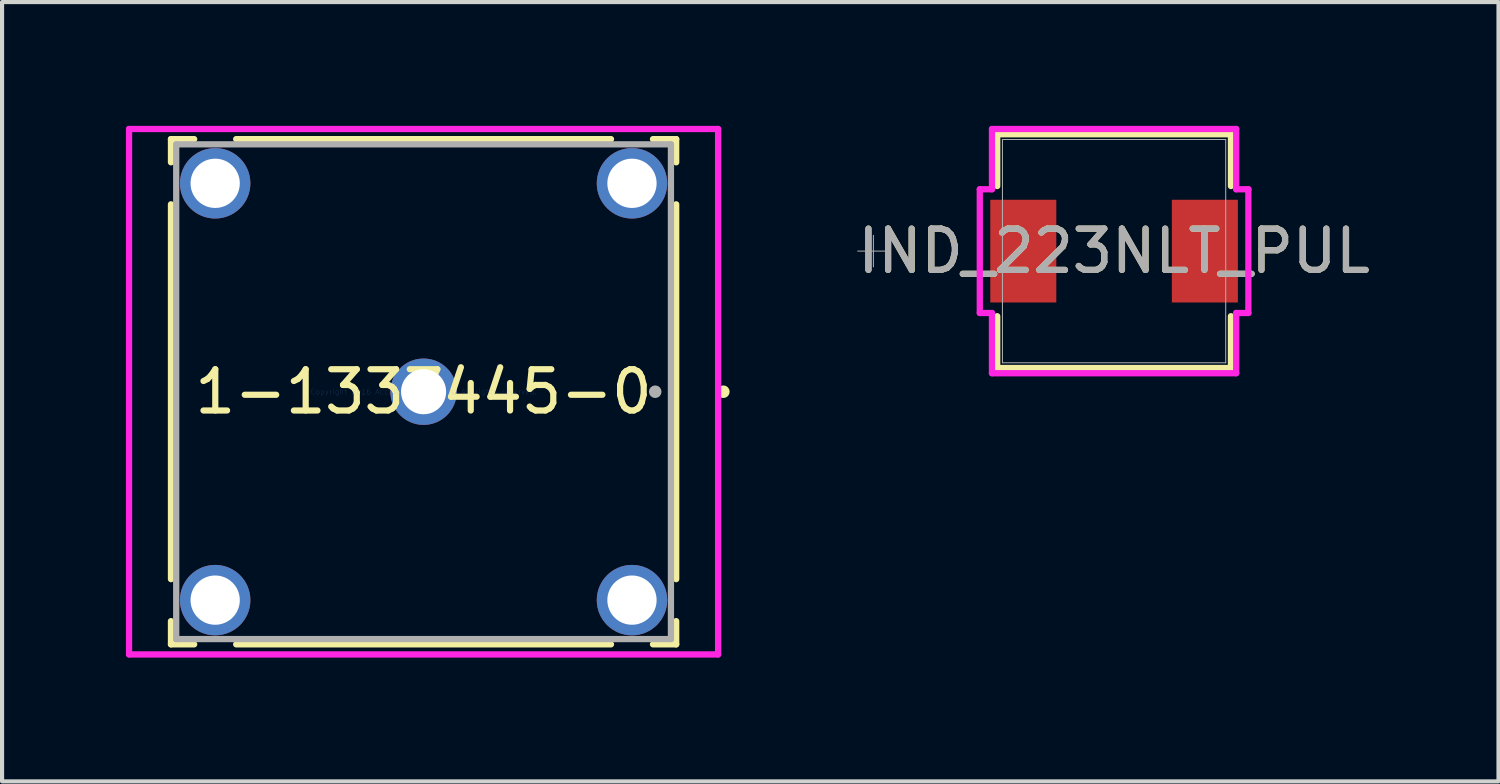
<source format=kicad_pcb>
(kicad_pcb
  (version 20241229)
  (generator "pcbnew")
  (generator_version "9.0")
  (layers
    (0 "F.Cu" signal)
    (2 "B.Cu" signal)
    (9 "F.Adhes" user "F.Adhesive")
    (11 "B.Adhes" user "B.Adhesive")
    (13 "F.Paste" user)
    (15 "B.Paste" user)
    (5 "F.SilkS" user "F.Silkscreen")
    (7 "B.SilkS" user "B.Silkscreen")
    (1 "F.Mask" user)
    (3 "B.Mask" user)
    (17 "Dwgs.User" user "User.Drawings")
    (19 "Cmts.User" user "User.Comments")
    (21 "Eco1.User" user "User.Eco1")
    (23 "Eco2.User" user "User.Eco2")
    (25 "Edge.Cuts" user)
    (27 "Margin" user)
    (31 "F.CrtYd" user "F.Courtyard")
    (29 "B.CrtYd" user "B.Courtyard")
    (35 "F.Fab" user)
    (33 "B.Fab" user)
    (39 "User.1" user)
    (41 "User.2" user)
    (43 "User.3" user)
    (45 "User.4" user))
  (footprint "IND_223NLT_PUL"
    (layer "F.Cu")
    (at 23.946 3.035)
    (property "Reference" "IND_223NLT_PUL" (at 0 0 0) (unlocked yes) (layer "F.SilkS") (effects (font (size 1 1) (thickness 0.15))))
    (attr smd)
    (fp_line (start -2.832 -2.832) (end -2.832 -1.577) (stroke (width 0.152) (type solid)) (layer "F.SilkS"))
    (fp_line (start -2.832 1.577) (end -2.832 2.832) (stroke (width 0.152) (type solid)) (layer "F.SilkS"))
    (fp_line (start -2.832 2.832) (end 2.832 2.832) (stroke (width 0.152) (type solid)) (layer "F.SilkS"))
    (fp_line (start 2.832 -2.832) (end -2.832 -2.832) (stroke (width 0.152) (type solid)) (layer "F.SilkS"))
    (fp_line (start 2.832 -1.577) (end 2.832 -2.832) (stroke (width 0.152) (type solid)) (layer "F.SilkS"))
    (fp_line (start 2.832 2.832) (end 2.832 1.577) (stroke (width 0.152) (type solid)) (layer "F.SilkS"))
    (fp_line (start -3.254 -1.499) (end -2.959 -1.499) (stroke (width 0.152) (type solid)) (layer "F.CrtYd"))
    (fp_line (start -3.254 1.499) (end -3.254 -1.499) (stroke (width 0.152) (type solid)) (layer "F.CrtYd"))
    (fp_line (start -2.959 -2.959) (end 2.959 -2.959) (stroke (width 0.152) (type solid)) (layer "F.CrtYd"))
    (fp_line (start -2.959 -1.499) (end -2.959 -2.959) (stroke (width 0.152) (type solid)) (layer "F.CrtYd"))
    (fp_line (start -2.959 1.499) (end -3.254 1.499) (stroke (width 0.152) (type solid)) (layer "F.CrtYd"))
    (fp_line (start -2.959 2.959) (end -2.959 1.499) (stroke (width 0.152) (type solid)) (layer "F.CrtYd"))
    (fp_line (start 2.959 -2.959) (end 2.959 -1.499) (stroke (width 0.152) (type solid)) (layer "F.CrtYd"))
    (fp_line (start 2.959 -1.499) (end 3.254 -1.499) (stroke (width 0.152) (type solid)) (layer "F.CrtYd"))
    (fp_line (start 2.959 1.499) (end 2.959 2.959) (stroke (width 0.152) (type solid)) (layer "F.CrtYd"))
    (fp_line (start 2.959 2.959) (end -2.959 2.959) (stroke (width 0.152) (type solid)) (layer "F.CrtYd"))
    (fp_line (start 3.254 -1.499) (end 3.254 1.499) (stroke (width 0.152) (type solid)) (layer "F.CrtYd"))
    (fp_line (start 3.254 1.499) (end 2.959 1.499) (stroke (width 0.152) (type solid)) (layer "F.CrtYd"))
    (fp_line (start -5.832 -0.381) (end -5.832 0.381) (stroke (width 0.025) (type solid)) (layer "F.Fab"))
    (fp_line (start -5.451 0) (end -6.213 0) (stroke (width 0.025) (type solid)) (layer "F.Fab"))
    (fp_line (start -2.705 -2.705) (end -2.705 2.705) (stroke (width 0.025) (type solid)) (layer "F.Fab"))
    (fp_line (start -2.705 2.705) (end 2.705 2.705) (stroke (width 0.025) (type solid)) (layer "F.Fab"))
    (fp_line (start 2.705 -2.705) (end -2.705 -2.705) (stroke (width 0.025) (type solid)) (layer "F.Fab"))
    (fp_line (start 2.705 2.705) (end 2.705 -2.705) (stroke (width 0.025) (type solid)) (layer "F.Fab"))
    (fp_text user "${REFERENCE}" (at 0 0 0) (unlocked yes) (layer "F.Fab") (effects (font (size 1 1) (thickness 0.15))))
    (pad "1" smd rect (at -2.2 0) (size 1.6 2.489) (layers "F.Cu" "F.Mask" "F.Paste"))
    (pad "2" smd rect (at 2.2 0) (size 1.6 2.489) (layers "F.Cu" "F.Mask" "F.Paste")))
  (footprint "1-1337445-0"
    (layer "F.Cu")
    (at 7.214 6.442)
    (property "Reference" "1-1337445-0" (at 0 0 0) (layer "F.SilkS") (effects (font (size 1 1) (thickness 0.15))))
    (attr through_hole)
    (fp_line (start -6.121 -6.121) (end -6.121 -5.559) (stroke (width 0.152) (type solid)) (layer "F.SilkS"))
    (fp_line (start -6.121 -4.541) (end -6.121 4.541) (stroke (width 0.152) (type solid)) (layer "F.SilkS"))
    (fp_line (start -6.121 5.559) (end -6.121 6.121) (stroke (width 0.152) (type solid)) (layer "F.SilkS"))
    (fp_line (start -6.121 6.121) (end -5.559 6.121) (stroke (width 0.152) (type solid)) (layer "F.SilkS"))
    (fp_line (start -5.559 -6.121) (end -6.121 -6.121) (stroke (width 0.152) (type solid)) (layer "F.SilkS"))
    (fp_line (start -4.541 6.121) (end 4.541 6.121) (stroke (width 0.152) (type solid)) (layer "F.SilkS"))
    (fp_line (start 4.541 -6.121) (end -4.541 -6.121) (stroke (width 0.152) (type solid)) (layer "F.SilkS"))
    (fp_line (start 5.559 6.121) (end 6.121 6.121) (stroke (width 0.152) (type solid)) (layer "F.SilkS"))
    (fp_line (start 6.121 -6.121) (end 5.559 -6.121) (stroke (width 0.152) (type solid)) (layer "F.SilkS"))
    (fp_line (start 6.121 -5.559) (end 6.121 -6.121) (stroke (width 0.152) (type solid)) (layer "F.SilkS"))
    (fp_line (start 6.121 4.541) (end 6.121 -4.541) (stroke (width 0.152) (type solid)) (layer "F.SilkS"))
    (fp_line (start 6.121 6.121) (end 6.121 5.559) (stroke (width 0.152) (type solid)) (layer "F.SilkS"))
    (fp_circle (center 7.264 0) (end 7.341 0) (stroke (width 0.152) (type solid)) (fill no) (layer "F.SilkS"))
    (fp_line (start -7.137 -6.366) (end 7.137 -6.366) (stroke (width 0.152) (type solid)) (layer "F.CrtYd"))
    (fp_line (start -7.137 6.366) (end -7.137 -6.366) (stroke (width 0.152) (type solid)) (layer "F.CrtYd"))
    (fp_line (start 7.137 -6.366) (end 7.137 6.366) (stroke (width 0.152) (type solid)) (layer "F.CrtYd"))
    (fp_line (start 7.137 6.366) (end -7.137 6.366) (stroke (width 0.152) (type solid)) (layer "F.CrtYd"))
    (fp_line (start -5.994 -5.994) (end -5.994 5.994) (stroke (width 0.152) (type solid)) (layer "F.Fab"))
    (fp_line (start -5.994 5.994) (end 5.994 5.994) (stroke (width 0.152) (type solid)) (layer "F.Fab"))
    (fp_line (start 5.994 -5.994) (end -5.994 -5.994) (stroke (width 0.152) (type solid)) (layer "F.Fab"))
    (fp_line (start 5.994 5.994) (end 5.994 -5.994) (stroke (width 0.152) (type solid)) (layer "F.Fab"))
    (fp_circle (center 5.613 0) (end 5.69 0) (stroke (width 0.152) (type solid)) (fill no) (layer "F.Fab"))
    (fp_text user "Copyright 2016 Accelerated Designs. All rights reserved." (at 0 0 0) (layer "Cmts.User") (effects (font (size 0.127 0.127) (thickness 0.002))))
    (pad "1" thru_hole circle (at 0 0) (size 1.608 1.608) (drill 1.092) (layers "*.Cu" "*.Mask"))
    (pad "2" thru_hole circle (at -5.05 -5.05) (size 1.707 1.707) (drill 1.194) (layers "*.Cu" "*.Mask"))
    (pad "2" thru_hole circle (at -5.05 5.05) (size 1.707 1.707) (drill 1.194) (layers "*.Cu" "*.Mask"))
    (pad "2" thru_hole circle (at 5.05 -5.05) (size 1.707 1.707) (drill 1.194) (layers "*.Cu" "*.Mask"))
    (pad "2" thru_hole circle (at 5.05 5.05) (size 1.707 1.707) (drill 1.194) (layers "*.Cu" "*.Mask")))
  (gr_rect
    (start -3 -3)
    (end 33.261 15.884)
    (stroke (width 0.1) (type default))
    (fill no)
    (layer "Edge.Cuts")))
</source>
